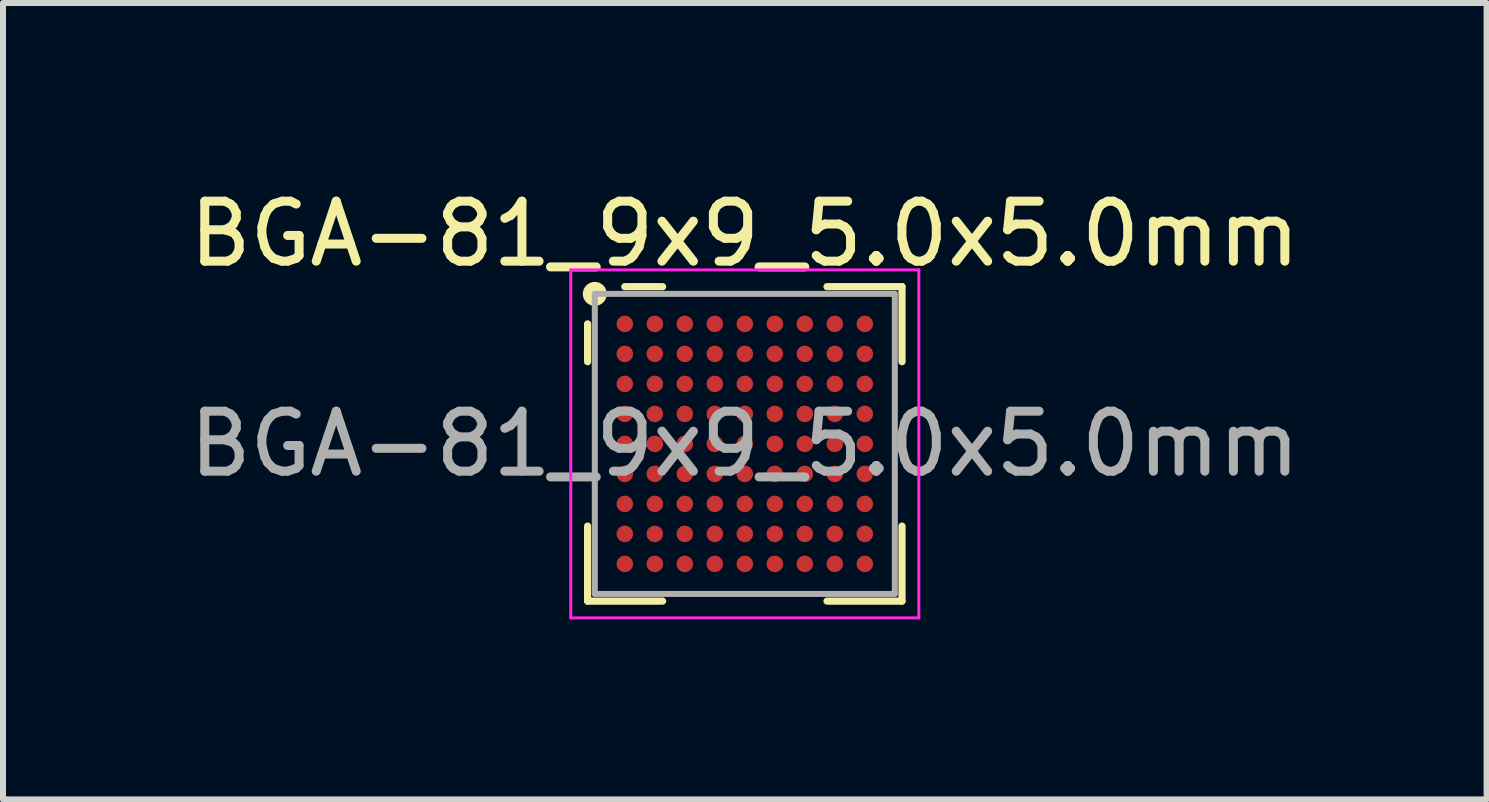
<source format=kicad_pcb>
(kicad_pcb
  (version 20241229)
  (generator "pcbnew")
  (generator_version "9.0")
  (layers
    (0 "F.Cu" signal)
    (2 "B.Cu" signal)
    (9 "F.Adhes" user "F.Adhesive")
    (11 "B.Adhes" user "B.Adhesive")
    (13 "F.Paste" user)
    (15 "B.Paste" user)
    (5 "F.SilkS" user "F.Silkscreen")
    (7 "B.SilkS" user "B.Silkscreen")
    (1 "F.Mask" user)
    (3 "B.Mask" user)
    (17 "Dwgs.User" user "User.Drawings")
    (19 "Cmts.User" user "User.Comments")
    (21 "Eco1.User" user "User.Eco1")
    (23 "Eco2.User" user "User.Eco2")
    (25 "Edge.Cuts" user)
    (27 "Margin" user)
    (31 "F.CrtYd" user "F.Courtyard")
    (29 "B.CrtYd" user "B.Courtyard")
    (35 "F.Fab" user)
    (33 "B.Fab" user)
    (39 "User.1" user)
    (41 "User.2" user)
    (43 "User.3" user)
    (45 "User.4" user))
  (footprint "BGA-81_9x9_5.0x5.0mm"
    (layer "F.Cu")
    (at 9.363 4.348)
    (property "Reference" "BGA-81_9x9_5.0x5.0mm" (at 0 -3.5 0) (layer "F.SilkS") (effects (font (size 1 1) (thickness 0.15))))
    (attr smd)
    (fp_line (start -2.62 -2) (end -2.62 -1.37) (stroke (width 0.12) (type default)) (layer "F.SilkS"))
    (fp_line (start -2.62 2.62) (end -2.62 1.37) (stroke (width 0.12) (type default)) (layer "F.SilkS"))
    (fp_line (start -1.37 -2.62) (end -2 -2.62) (stroke (width 0.12) (type default)) (layer "F.SilkS"))
    (fp_line (start -1.37 2.62) (end -2.62 2.62) (stroke (width 0.12) (type default)) (layer "F.SilkS"))
    (fp_line (start 1.37 -2.62) (end 2.62 -2.62) (stroke (width 0.12) (type default)) (layer "F.SilkS"))
    (fp_line (start 1.37 2.62) (end 2.62 2.62) (stroke (width 0.12) (type default)) (layer "F.SilkS"))
    (fp_line (start 2.62 -2.62) (end 2.62 -1.37) (stroke (width 0.12) (type default)) (layer "F.SilkS"))
    (fp_line (start 2.62 2.62) (end 2.62 1.37) (stroke (width 0.12) (type default)) (layer "F.SilkS"))
    (fp_circle (center -2.5 -2.5) (end -2.5 -2.4) (stroke (width 0.2) (type default)) (fill no) (layer "F.SilkS"))
    (fp_line (start -2.9 -2.9) (end 2.9 -2.9) (stroke (width 0.05) (type default)) (layer "F.CrtYd"))
    (fp_line (start -2.9 2.9) (end -2.9 -2.9) (stroke (width 0.05) (type default)) (layer "F.CrtYd"))
    (fp_line (start 2.9 -2.9) (end 2.9 2.9) (stroke (width 0.05) (type default)) (layer "F.CrtYd"))
    (fp_line (start 2.9 2.9) (end -2.9 2.9) (stroke (width 0.05) (type default)) (layer "F.CrtYd"))
    (fp_line (start -2.5 -2.5) (end -2.5 2.5) (stroke (width 0.1) (type default)) (layer "F.Fab"))
    (fp_line (start -2.5 2.5) (end 2.5 2.5) (stroke (width 0.1) (type default)) (layer "F.Fab"))
    (fp_line (start 2.5 -2.5) (end -2.5 -2.5) (stroke (width 0.1) (type default)) (layer "F.Fab"))
    (fp_line (start 2.5 2.5) (end 2.5 -2.5) (stroke (width 0.1) (type default)) (layer "F.Fab"))
    (fp_text user "${REFERENCE}" (at 0 0 0) (layer "F.Fab") (effects (font (size 1 1) (thickness 0.15))))
    (pad "A1" smd circle (at -2 -2) (size 0.275 0.275) (layers "F.Cu" "F.Mask" "F.Paste"))
    (pad "A2" smd circle (at -1.5 -2) (size 0.275 0.275) (layers "F.Cu" "F.Mask" "F.Paste"))
    (pad "A3" smd circle (at -1 -2) (size 0.275 0.275) (layers "F.Cu" "F.Mask" "F.Paste"))
    (pad "A4" smd circle (at -0.5 -2) (size 0.275 0.275) (layers "F.Cu" "F.Mask" "F.Paste"))
    (pad "A5" smd circle (at 0 -2) (size 0.275 0.275) (layers "F.Cu" "F.Mask" "F.Paste"))
    (pad "A6" smd circle (at 0.5 -2) (size 0.275 0.275) (layers "F.Cu" "F.Mask" "F.Paste"))
    (pad "A7" smd circle (at 1 -2) (size 0.275 0.275) (layers "F.Cu" "F.Mask" "F.Paste"))
    (pad "A8" smd circle (at 1.5 -2) (size 0.275 0.275) (layers "F.Cu" "F.Mask" "F.Paste"))
    (pad "A9" smd circle (at 2 -2) (size 0.275 0.275) (layers "F.Cu" "F.Mask" "F.Paste"))
    (pad "B1" smd circle (at -2 -1.5) (size 0.275 0.275) (layers "F.Cu" "F.Mask" "F.Paste"))
    (pad "B2" smd circle (at -1.5 -1.5) (size 0.275 0.275) (layers "F.Cu" "F.Mask" "F.Paste"))
    (pad "B3" smd circle (at -1 -1.5) (size 0.275 0.275) (layers "F.Cu" "F.Mask" "F.Paste"))
    (pad "B4" smd circle (at -0.5 -1.5) (size 0.275 0.275) (layers "F.Cu" "F.Mask" "F.Paste"))
    (pad "B5" smd circle (at 0 -1.5) (size 0.275 0.275) (layers "F.Cu" "F.Mask" "F.Paste"))
    (pad "B6" smd circle (at 0.5 -1.5) (size 0.275 0.275) (layers "F.Cu" "F.Mask" "F.Paste"))
    (pad "B7" smd circle (at 1 -1.5) (size 0.275 0.275) (layers "F.Cu" "F.Mask" "F.Paste"))
    (pad "B8" smd circle (at 1.5 -1.5) (size 0.275 0.275) (layers "F.Cu" "F.Mask" "F.Paste"))
    (pad "B9" smd circle (at 2 -1.5) (size 0.275 0.275) (layers "F.Cu" "F.Mask" "F.Paste"))
    (pad "C1" smd circle (at -2 -1) (size 0.275 0.275) (layers "F.Cu" "F.Mask" "F.Paste"))
    (pad "C2" smd circle (at -1.5 -1) (size 0.275 0.275) (layers "F.Cu" "F.Mask" "F.Paste"))
    (pad "C3" smd circle (at -1 -1) (size 0.275 0.275) (layers "F.Cu" "F.Mask" "F.Paste"))
    (pad "C4" smd circle (at -0.5 -1) (size 0.275 0.275) (layers "F.Cu" "F.Mask" "F.Paste"))
    (pad "C5" smd circle (at 0 -1) (size 0.275 0.275) (layers "F.Cu" "F.Mask" "F.Paste"))
    (pad "C6" smd circle (at 0.5 -1) (size 0.275 0.275) (layers "F.Cu" "F.Mask" "F.Paste"))
    (pad "C7" smd circle (at 1 -1) (size 0.275 0.275) (layers "F.Cu" "F.Mask" "F.Paste"))
    (pad "C8" smd circle (at 1.5 -1) (size 0.275 0.275) (layers "F.Cu" "F.Mask" "F.Paste"))
    (pad "C9" smd circle (at 2 -1) (size 0.275 0.275) (layers "F.Cu" "F.Mask" "F.Paste"))
    (pad "D1" smd circle (at -2 -0.5) (size 0.275 0.275) (layers "F.Cu" "F.Mask" "F.Paste"))
    (pad "D2" smd circle (at -1.5 -0.5) (size 0.275 0.275) (layers "F.Cu" "F.Mask" "F.Paste"))
    (pad "D3" smd circle (at -1 -0.5) (size 0.275 0.275) (layers "F.Cu" "F.Mask" "F.Paste"))
    (pad "D4" smd circle (at -0.5 -0.5) (size 0.275 0.275) (layers "F.Cu" "F.Mask" "F.Paste"))
    (pad "D5" smd circle (at 0 -0.5) (size 0.275 0.275) (layers "F.Cu" "F.Mask" "F.Paste"))
    (pad "D6" smd circle (at 0.5 -0.5) (size 0.275 0.275) (layers "F.Cu" "F.Mask" "F.Paste"))
    (pad "D7" smd circle (at 1 -0.5) (size 0.275 0.275) (layers "F.Cu" "F.Mask" "F.Paste"))
    (pad "D8" smd circle (at 1.5 -0.5) (size 0.275 0.275) (layers "F.Cu" "F.Mask" "F.Paste"))
    (pad "D9" smd circle (at 2 -0.5) (size 0.275 0.275) (layers "F.Cu" "F.Mask" "F.Paste"))
    (pad "E1" smd circle (at -2 0) (size 0.275 0.275) (layers "F.Cu" "F.Mask" "F.Paste"))
    (pad "E2" smd circle (at -1.5 0) (size 0.275 0.275) (layers "F.Cu" "F.Mask" "F.Paste"))
    (pad "E3" smd circle (at -1 0) (size 0.275 0.275) (layers "F.Cu" "F.Mask" "F.Paste"))
    (pad "E4" smd circle (at -0.5 0) (size 0.275 0.275) (layers "F.Cu" "F.Mask" "F.Paste"))
    (pad "E5" smd circle (at 0 0) (size 0.275 0.275) (layers "F.Cu" "F.Mask" "F.Paste"))
    (pad "E6" smd circle (at 0.5 0) (size 0.275 0.275) (layers "F.Cu" "F.Mask" "F.Paste"))
    (pad "E7" smd circle (at 1 0) (size 0.275 0.275) (layers "F.Cu" "F.Mask" "F.Paste"))
    (pad "E8" smd circle (at 1.5 0) (size 0.275 0.275) (layers "F.Cu" "F.Mask" "F.Paste"))
    (pad "E9" smd circle (at 2 0) (size 0.275 0.275) (layers "F.Cu" "F.Mask" "F.Paste"))
    (pad "F1" smd circle (at -2 0.5) (size 0.275 0.275) (layers "F.Cu" "F.Mask" "F.Paste"))
    (pad "F2" smd circle (at -1.5 0.5) (size 0.275 0.275) (layers "F.Cu" "F.Mask" "F.Paste"))
    (pad "F3" smd circle (at -1 0.5) (size 0.275 0.275) (layers "F.Cu" "F.Mask" "F.Paste"))
    (pad "F4" smd circle (at -0.5 0.5) (size 0.275 0.275) (layers "F.Cu" "F.Mask" "F.Paste"))
    (pad "F5" smd circle (at 0 0.5) (size 0.275 0.275) (layers "F.Cu" "F.Mask" "F.Paste"))
    (pad "F6" smd circle (at 0.5 0.5) (size 0.275 0.275) (layers "F.Cu" "F.Mask" "F.Paste"))
    (pad "F7" smd circle (at 1 0.5) (size 0.275 0.275) (layers "F.Cu" "F.Mask" "F.Paste"))
    (pad "F8" smd circle (at 1.5 0.5) (size 0.275 0.275) (layers "F.Cu" "F.Mask" "F.Paste"))
    (pad "F9" smd circle (at 2 0.5) (size 0.275 0.275) (layers "F.Cu" "F.Mask" "F.Paste"))
    (pad "G1" smd circle (at -2 1) (size 0.275 0.275) (layers "F.Cu" "F.Mask" "F.Paste"))
    (pad "G2" smd circle (at -1.5 1) (size 0.275 0.275) (layers "F.Cu" "F.Mask" "F.Paste"))
    (pad "G3" smd circle (at -1 1) (size 0.275 0.275) (layers "F.Cu" "F.Mask" "F.Paste"))
    (pad "G4" smd circle (at -0.5 1) (size 0.275 0.275) (layers "F.Cu" "F.Mask" "F.Paste"))
    (pad "G5" smd circle (at 0 1) (size 0.275 0.275) (layers "F.Cu" "F.Mask" "F.Paste"))
    (pad "G6" smd circle (at 0.5 1) (size 0.275 0.275) (layers "F.Cu" "F.Mask" "F.Paste"))
    (pad "G7" smd circle (at 1 1) (size 0.275 0.275) (layers "F.Cu" "F.Mask" "F.Paste"))
    (pad "G8" smd circle (at 1.5 1) (size 0.275 0.275) (layers "F.Cu" "F.Mask" "F.Paste"))
    (pad "G9" smd circle (at 2 1) (size 0.275 0.275) (layers "F.Cu" "F.Mask" "F.Paste"))
    (pad "H1" smd circle (at -2 1.5) (size 0.275 0.275) (layers "F.Cu" "F.Mask" "F.Paste"))
    (pad "H2" smd circle (at -1.5 1.5) (size 0.275 0.275) (layers "F.Cu" "F.Mask" "F.Paste"))
    (pad "H3" smd circle (at -1 1.5) (size 0.275 0.275) (layers "F.Cu" "F.Mask" "F.Paste"))
    (pad "H4" smd circle (at -0.5 1.5) (size 0.275 0.275) (layers "F.Cu" "F.Mask" "F.Paste"))
    (pad "H5" smd circle (at 0 1.5) (size 0.275 0.275) (layers "F.Cu" "F.Mask" "F.Paste"))
    (pad "H6" smd circle (at 0.5 1.5) (size 0.275 0.275) (layers "F.Cu" "F.Mask" "F.Paste"))
    (pad "H7" smd circle (at 1 1.5) (size 0.275 0.275) (layers "F.Cu" "F.Mask" "F.Paste"))
    (pad "H8" smd circle (at 1.5 1.5) (size 0.275 0.275) (layers "F.Cu" "F.Mask" "F.Paste"))
    (pad "H9" smd circle (at 2 1.5) (size 0.275 0.275) (layers "F.Cu" "F.Mask" "F.Paste"))
    (pad "J1" smd circle (at -2 2) (size 0.275 0.275) (layers "F.Cu" "F.Mask" "F.Paste"))
    (pad "J2" smd circle (at -1.5 2) (size 0.275 0.275) (layers "F.Cu" "F.Mask" "F.Paste"))
    (pad "J3" smd circle (at -1 2) (size 0.275 0.275) (layers "F.Cu" "F.Mask" "F.Paste"))
    (pad "J4" smd circle (at -0.5 2) (size 0.275 0.275) (layers "F.Cu" "F.Mask" "F.Paste"))
    (pad "J5" smd circle (at 0 2) (size 0.275 0.275) (layers "F.Cu" "F.Mask" "F.Paste"))
    (pad "J6" smd circle (at 0.5 2) (size 0.275 0.275) (layers "F.Cu" "F.Mask" "F.Paste"))
    (pad "J7" smd circle (at 1 2) (size 0.275 0.275) (layers "F.Cu" "F.Mask" "F.Paste"))
    (pad "J8" smd circle (at 1.5 2) (size 0.275 0.275) (layers "F.Cu" "F.Mask" "F.Paste"))
    (pad "J9" smd circle (at 2 2) (size 0.275 0.275) (layers "F.Cu" "F.Mask" "F.Paste")))
  (gr_rect
    (start -3 -3)
    (end 21.726 10.273)
    (stroke (width 0.1) (type default))
    (fill no)
    (layer "Edge.Cuts")))
</source>
